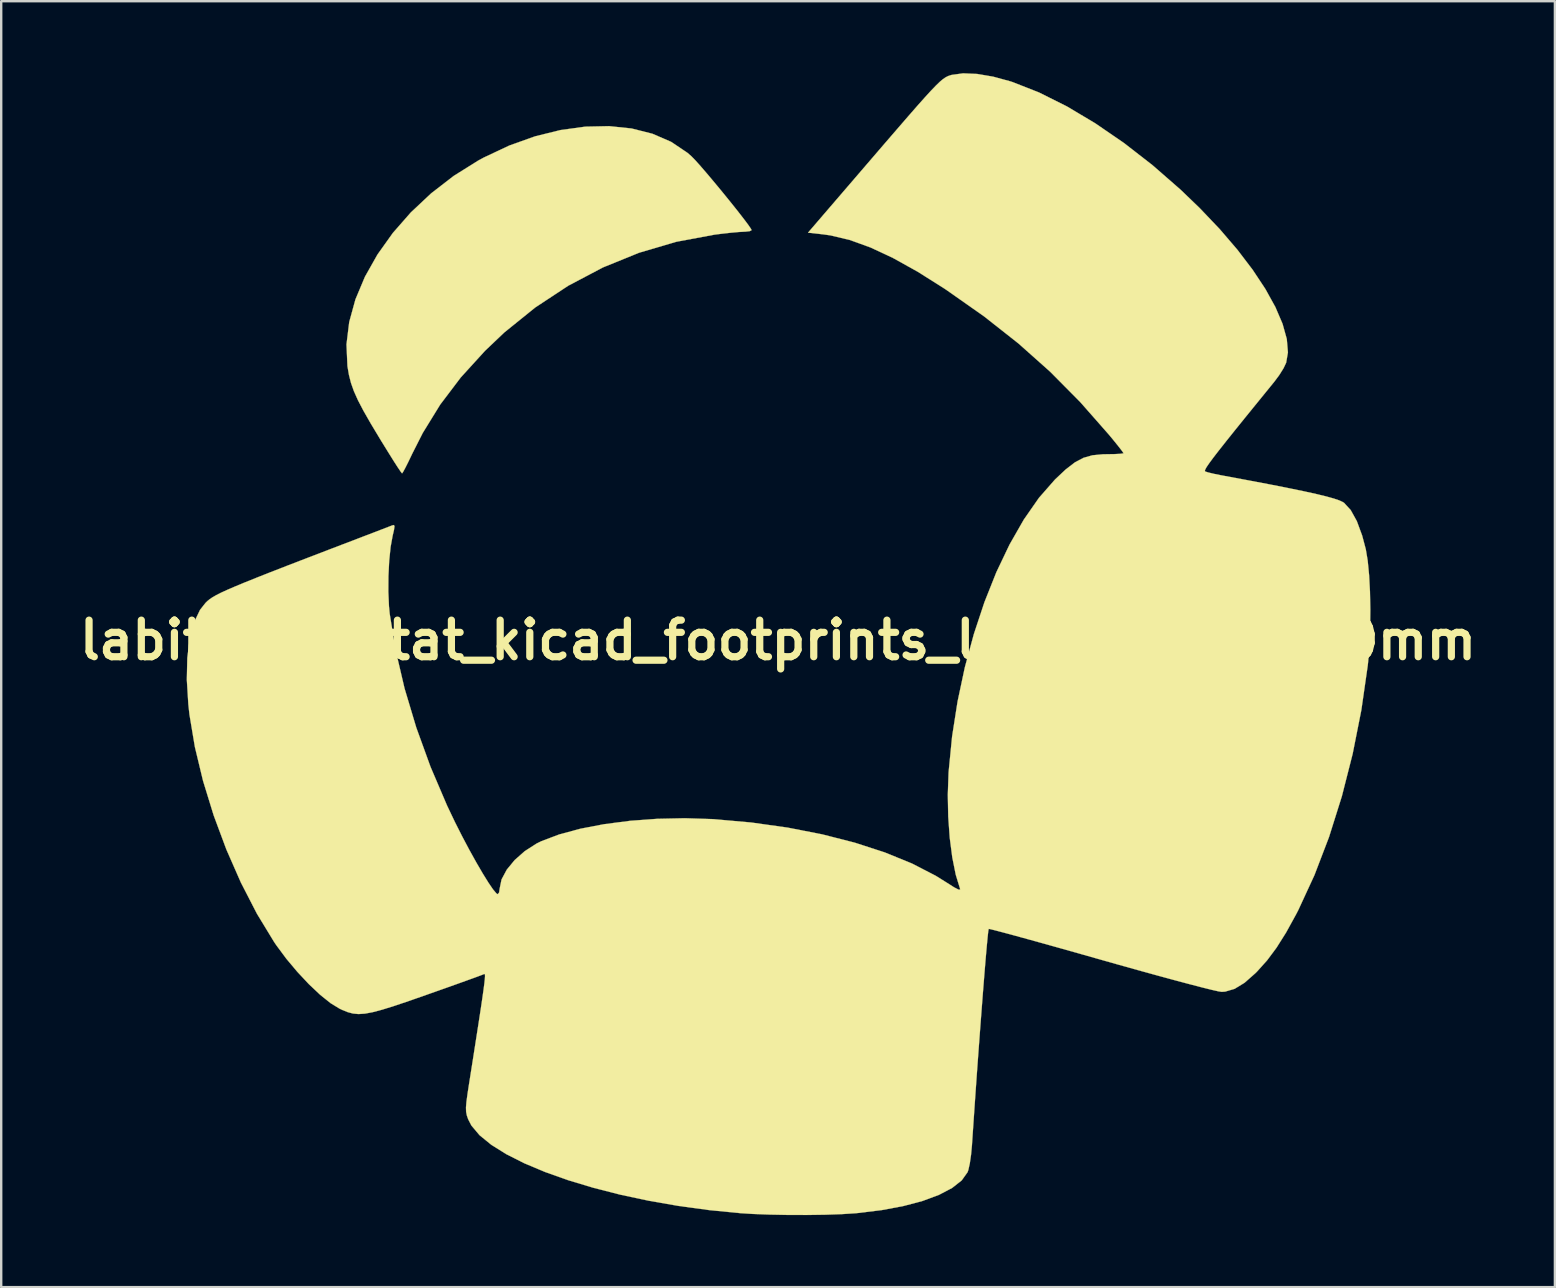
<source format=kicad_pcb>
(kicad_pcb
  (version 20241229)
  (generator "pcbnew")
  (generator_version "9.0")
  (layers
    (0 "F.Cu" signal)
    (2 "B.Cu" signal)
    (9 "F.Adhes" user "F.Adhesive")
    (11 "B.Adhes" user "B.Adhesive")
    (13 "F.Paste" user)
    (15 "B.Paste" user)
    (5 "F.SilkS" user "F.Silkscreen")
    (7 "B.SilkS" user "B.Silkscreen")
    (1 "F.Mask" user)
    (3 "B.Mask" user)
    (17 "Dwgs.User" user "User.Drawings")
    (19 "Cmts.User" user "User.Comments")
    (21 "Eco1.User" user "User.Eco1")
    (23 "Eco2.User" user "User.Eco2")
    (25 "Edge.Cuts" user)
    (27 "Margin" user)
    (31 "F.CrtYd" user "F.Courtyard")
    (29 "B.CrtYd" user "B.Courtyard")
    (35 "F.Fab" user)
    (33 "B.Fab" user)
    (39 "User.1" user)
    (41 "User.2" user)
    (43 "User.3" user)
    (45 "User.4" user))
  (footprint "labitat_labitat_kicad_footprints_labitat_logo_50mm"
    (layer "F.Cu")
    (at 29.362 23.619)
    (property "Reference" "labitat_labitat_kicad_footprints_labitat_logo_50mm" (at 0 0 0) (layer "F.SilkS") (effects (font (size 1.524 1.524) (thickness 0.3))))
    (attr through_hole)
    (fp_poly (pts (xy -6.099 -21.316) (xy -5.232 -21.097) (xy -4.45 -20.758) (xy -3.768 -20.299) (xy -3.607 -20.157) (xy -3.45 -19.996) (xy -3.224 -19.744) (xy -2.946 -19.421) (xy -2.636 -19.052) (xy -2.311 -18.659) (xy -1.991 -18.265) (xy -1.693 -17.892) (xy -1.438 -17.564) (xy -1.242 -17.304) (xy -1.126 -17.134) (xy -1.101 -17.081) (xy -1.176 -17.04) (xy -1.361 -17.018) (xy -1.418 -17.016) (xy -1.635 -17.004) (xy -1.968 -16.974) (xy -2.366 -16.929) (xy -2.656 -16.892) (xy -4.242 -16.596) (xy -5.793 -16.139) (xy -7.297 -15.527) (xy -8.742 -14.765) (xy -10.115 -13.86) (xy -11.404 -12.819) (xy -12.21 -12.052) (xy -13.216 -10.947) (xy -14.072 -9.817) (xy -14.8 -8.634) (xy -15.24 -7.766) (xy -15.4 -7.432) (xy -15.535 -7.164) (xy -15.629 -6.994) (xy -15.663 -6.949) (xy -15.718 -7.017) (xy -15.847 -7.209) (xy -16.035 -7.502) (xy -16.268 -7.876) (xy -16.534 -8.307) (xy -16.587 -8.394) (xy -16.971 -9.033) (xy -17.271 -9.558) (xy -17.5 -9.996) (xy -17.669 -10.373) (xy -17.79 -10.715) (xy -17.875 -11.048) (xy -17.935 -11.399) (xy -17.938 -11.421) (xy -17.978 -12.324) (xy -17.864 -13.254) (xy -17.605 -14.197) (xy -17.209 -15.14) (xy -16.686 -16.067) (xy -16.046 -16.965) (xy -15.298 -17.819) (xy -14.45 -18.615) (xy -13.514 -19.339) (xy -12.497 -19.976) (xy -12.26 -20.105) (xy -11.193 -20.607) (xy -10.123 -20.989) (xy -9.063 -21.251) (xy -8.029 -21.393) (xy -7.036 -21.414) (xy -6.099 -21.316)) (stroke (width 0.01) (type solid)) (fill yes) (layer "F.SilkS"))
    (fp_poly (pts (xy 8.297 -23.588) (xy 8.963 -23.475) (xy 9.681 -23.279) (xy 9.77 -23.25) (xy 10.874 -22.816) (xy 12.029 -22.239) (xy 13.214 -21.533) (xy 14.412 -20.711) (xy 15.603 -19.785) (xy 16.769 -18.767) (xy 17.571 -17.995) (xy 18.402 -17.122) (xy 19.138 -16.263) (xy 19.773 -15.429) (xy 20.302 -14.63) (xy 20.719 -13.876) (xy 21.018 -13.178) (xy 21.194 -12.545) (xy 21.241 -11.988) (xy 21.168 -11.561) (xy 21.06 -11.332) (xy 20.879 -11.042) (xy 20.673 -10.766) (xy 20.024 -9.968) (xy 19.474 -9.291) (xy 19.017 -8.725) (xy 18.646 -8.261) (xy 18.352 -7.888) (xy 18.127 -7.597) (xy 17.966 -7.378) (xy 17.859 -7.222) (xy 17.8 -7.118) (xy 17.781 -7.056) (xy 17.794 -7.028) (xy 17.795 -7.027) (xy 17.933 -6.984) (xy 18.181 -6.925) (xy 18.457 -6.87) (xy 19.541 -6.668) (xy 20.468 -6.492) (xy 21.25 -6.338) (xy 21.9 -6.204) (xy 22.427 -6.088) (xy 22.842 -5.987) (xy 23.158 -5.899) (xy 23.386 -5.821) (xy 23.535 -5.75) (xy 23.581 -5.72) (xy 23.858 -5.418) (xy 24.112 -4.96) (xy 24.334 -4.357) (xy 24.486 -3.784) (xy 24.564 -3.316) (xy 24.622 -2.718) (xy 24.659 -2.028) (xy 24.674 -1.282) (xy 24.666 -0.518) (xy 24.636 0.225) (xy 24.582 0.91) (xy 24.566 1.058) (xy 24.3 2.91) (xy 23.938 4.735) (xy 23.487 6.506) (xy 22.954 8.199) (xy 22.346 9.787) (xy 21.672 11.246) (xy 21.577 11.429) (xy 21.162 12.183) (xy 20.768 12.808) (xy 20.374 13.337) (xy 19.954 13.805) (xy 19.885 13.874) (xy 19.431 14.274) (xy 19.019 14.525) (xy 18.627 14.64) (xy 18.482 14.65) (xy 18.343 14.628) (xy 18.056 14.563) (xy 17.639 14.459) (xy 17.106 14.32) (xy 16.473 14.151) (xy 15.756 13.956) (xy 14.971 13.739) (xy 14.132 13.504) (xy 13.486 13.321) (xy 12.629 13.078) (xy 11.822 12.85) (xy 11.079 12.642) (xy 10.414 12.458) (xy 9.843 12.301) (xy 9.379 12.176) (xy 9.037 12.086) (xy 8.832 12.036) (xy 8.776 12.027) (xy 8.758 12.122) (xy 8.731 12.371) (xy 8.694 12.759) (xy 8.649 13.27) (xy 8.598 13.89) (xy 8.541 14.604) (xy 8.48 15.397) (xy 8.415 16.253) (xy 8.348 17.158) (xy 8.28 18.096) (xy 8.213 19.053) (xy 8.147 20.013) (xy 8.083 20.961) (xy 8.078 21.04) (xy 8.041 21.435) (xy 7.989 21.796) (xy 7.928 22.07) (xy 7.896 22.162) (xy 7.652 22.504) (xy 7.251 22.82) (xy 6.706 23.106) (xy 6.029 23.358) (xy 5.229 23.571) (xy 4.321 23.742) (xy 3.314 23.865) (xy 3.217 23.874) (xy 2.656 23.91) (xy 1.972 23.934) (xy 1.212 23.945) (xy 0.423 23.944) (xy -0.35 23.929) (xy -1.059 23.902) (xy -1.566 23.87) (xy -2.87 23.742) (xy -4.147 23.568) (xy -5.385 23.352) (xy -6.573 23.099) (xy -7.698 22.811) (xy -8.748 22.495) (xy -9.709 22.153) (xy -10.571 21.791) (xy -11.321 21.412) (xy -11.946 21.021) (xy -12.435 20.622) (xy -12.774 20.219) (xy -12.909 19.958) (xy -12.964 19.8) (xy -12.994 19.649) (xy -13 19.47) (xy -12.98 19.226) (xy -12.933 18.881) (xy -12.874 18.498) (xy -12.716 17.497) (xy -12.584 16.651) (xy -12.474 15.946) (xy -12.386 15.371) (xy -12.318 14.913) (xy -12.268 14.558) (xy -12.234 14.295) (xy -12.214 14.111) (xy -12.207 13.993) (xy -12.211 13.928) (xy -12.225 13.904) (xy -12.246 13.909) (xy -12.247 13.909) (xy -12.343 13.948) (xy -12.578 14.036) (xy -12.932 14.164) (xy -13.383 14.326) (xy -13.91 14.514) (xy -14.494 14.72) (xy -14.626 14.767) (xy -15.378 15.03) (xy -15.991 15.237) (xy -16.487 15.391) (xy -16.886 15.497) (xy -17.208 15.557) (xy -17.475 15.575) (xy -17.707 15.553) (xy -17.924 15.496) (xy -18.147 15.406) (xy -18.272 15.347) (xy -18.645 15.118) (xy -19.078 14.77) (xy -19.545 14.329) (xy -20.022 13.82) (xy -20.483 13.271) (xy -20.901 12.707) (xy -20.988 12.58) (xy -21.707 11.398) (xy -22.376 10.099) (xy -22.982 8.719) (xy -23.512 7.294) (xy -23.954 5.858) (xy -24.294 4.447) (xy -24.52 3.096) (xy -24.566 2.675) (xy -24.629 1.649) (xy -24.609 0.733) (xy -24.511 -0.064) (xy -24.333 -0.732) (xy -24.079 -1.263) (xy -23.85 -1.554) (xy -23.77 -1.632) (xy -23.676 -1.708) (xy -23.558 -1.788) (xy -23.405 -1.876) (xy -23.206 -1.977) (xy -22.949 -2.095) (xy -22.625 -2.235) (xy -22.221 -2.403) (xy -21.727 -2.601) (xy -21.133 -2.836) (xy -20.426 -3.111) (xy -19.595 -3.431) (xy -18.631 -3.801) (xy -17.522 -4.225) (xy -17.272 -4.321) (xy -16.868 -4.475) (xy -16.513 -4.612) (xy -16.242 -4.716) (xy -16.088 -4.776) (xy -16.075 -4.781) (xy -16.002 -4.797) (xy -15.978 -4.746) (xy -15.999 -4.593) (xy -16.057 -4.344) (xy -16.14 -3.883) (xy -16.199 -3.306) (xy -16.231 -2.667) (xy -16.235 -2.018) (xy -16.208 -1.412) (xy -16.178 -1.101) (xy -15.931 0.419) (xy -15.559 2.01) (xy -15.071 3.639) (xy -14.478 5.274) (xy -13.79 6.885) (xy -13.46 7.578) (xy -13.165 8.161) (xy -12.867 8.724) (xy -12.577 9.247) (xy -12.307 9.71) (xy -12.069 10.095) (xy -11.875 10.38) (xy -11.735 10.547) (xy -11.677 10.583) (xy -11.62 10.51) (xy -11.597 10.351) (xy -11.518 9.967) (xy -11.3 9.56) (xy -10.969 9.157) (xy -10.548 8.786) (xy -10.061 8.473) (xy -9.86 8.374) (xy -9.113 8.092) (xy -8.23 7.854) (xy -7.238 7.664) (xy -6.164 7.525) (xy -5.036 7.442) (xy -3.882 7.417) (xy -2.73 7.454) (xy -2.677 7.457) (xy -1.112 7.596) (xy 0.401 7.808) (xy 1.843 8.09) (xy 3.198 8.436) (xy 4.448 8.842) (xy 5.578 9.303) (xy 6.569 9.814) (xy 7.018 10.094) (xy 7.334 10.295) (xy 7.523 10.392) (xy 7.589 10.385) (xy 7.583 10.357) (xy 7.403 9.77) (xy 7.259 9.051) (xy 7.153 8.234) (xy 7.09 7.353) (xy 7.072 6.441) (xy 7.104 5.533) (xy 7.108 5.47) (xy 7.251 4.011) (xy 7.478 2.558) (xy 7.782 1.129) (xy 8.158 -0.257) (xy 8.598 -1.583) (xy 9.095 -2.832) (xy 9.645 -3.985) (xy 10.239 -5.024) (xy 10.871 -5.932) (xy 11.536 -6.691) (xy 11.551 -6.706) (xy 11.989 -7.117) (xy 12.368 -7.408) (xy 12.725 -7.597) (xy 13.099 -7.703) (xy 13.528 -7.744) (xy 13.695 -7.747) (xy 14.015 -7.752) (xy 14.257 -7.764) (xy 14.383 -7.782) (xy 14.392 -7.789) (xy 14.341 -7.868) (xy 14.203 -8.047) (xy 14 -8.3) (xy 13.793 -8.551) (xy 12.589 -9.919) (xy 11.34 -11.18) (xy 10.014 -12.361) (xy 8.581 -13.49) (xy 7.011 -14.593) (xy 6.932 -14.646) (xy 5.818 -15.349) (xy 4.796 -15.918) (xy 3.856 -16.358) (xy 2.991 -16.671) (xy 2.192 -16.862) (xy 1.873 -16.907) (xy 1.249 -16.976) (xy 3.723 -19.854) (xy 4.383 -20.622) (xy 4.944 -21.272) (xy 5.413 -21.814) (xy 5.802 -22.259) (xy 6.119 -22.615) (xy 6.375 -22.895) (xy 6.58 -23.108) (xy 6.743 -23.265) (xy 6.874 -23.375) (xy 6.983 -23.449) (xy 7.08 -23.498) (xy 7.174 -23.531) (xy 7.237 -23.549) (xy 7.711 -23.614) (xy 8.297 -23.588)) (stroke (width 0.01) (type solid)) (fill yes) (layer "F.SilkS")))
  (gr_rect
    (start -3 -3)
    (end 61.725 50.569)
    (stroke (width 0.1) (type default))
    (fill no)
    (layer "Edge.Cuts")))
</source>
